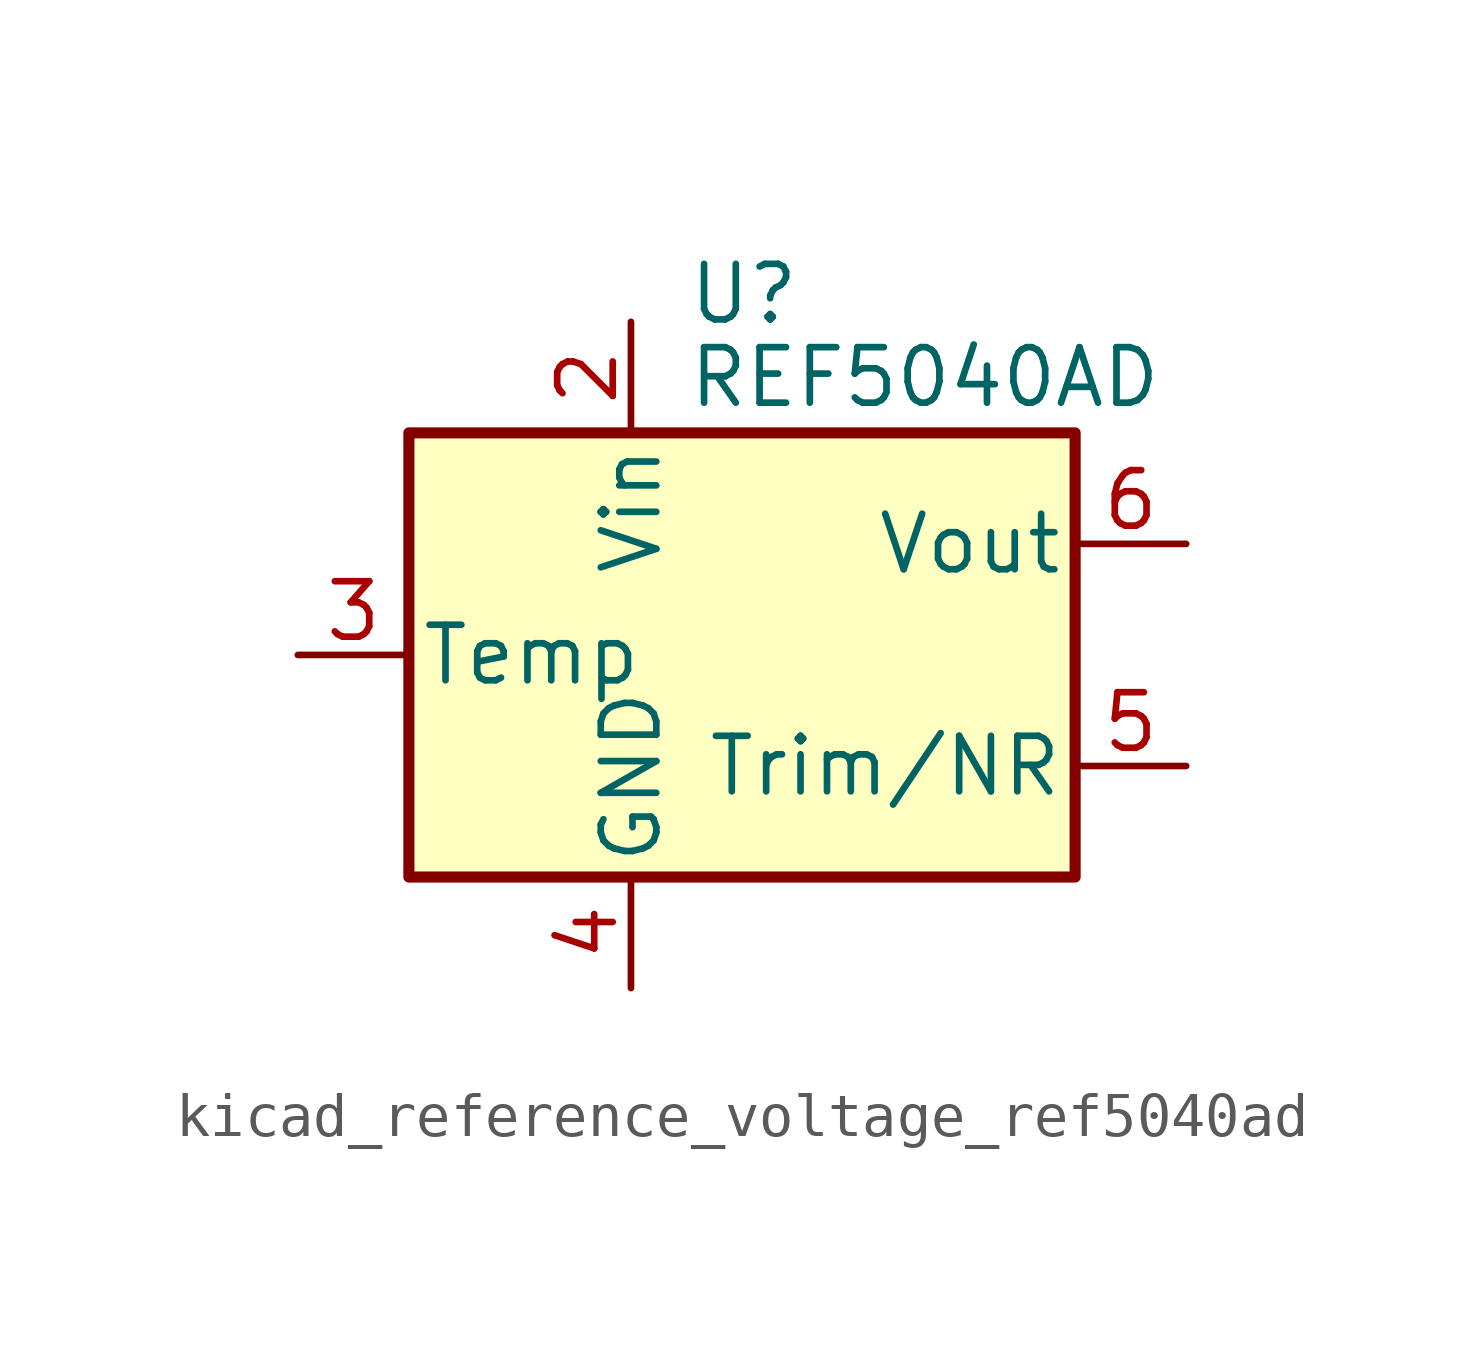
<source format=kicad_sym>
(kicad_symbol_lib
  (version 20220914)
  (generator kicad_symbol_editor)
  (symbol "kicad_reference_voltage_ref5040ad"
    (pin_names
      (offset 0.254))
    (property "Reference" "U"
      (at -1.27 8.255 0)
      (effects (font (size 1.27 1.27)) (justify left)))
    (property "Value" "REF5040AD"
      (at -1.27 6.35 0)
      (effects (font (size 1.27 1.27)) (justify left)))
    (symbol "kicad_reference_voltage_ref5040ad_0_1"
      (rectangle (start -7.62 5.08) (end 7.62 -5.08) (stroke (width 0.254) (type default)) (fill (type background))))
    (symbol "kicad_reference_voltage_ref5040ad_1_1"
      (pin no_connect line (at -7.62 2.54 0) (length 2.54) hide (name "DNC" (effects (font (size 1.27 1.27)))) (number "1" (effects (font (size 1.27 1.27)))))
      (pin power_in line (at -2.54 7.62 270) (length 2.54) (name "Vin" (effects (font (size 1.27 1.27)))) (number "2" (effects (font (size 1.27 1.27)))))
      (pin passive line (at -10.16 0 0) (length 2.54) (name "Temp" (effects (font (size 1.27 1.27)))) (number "3" (effects (font (size 1.27 1.27)))))
      (pin power_in line (at -2.54 -7.62 90) (length 2.54) (name "GND" (effects (font (size 1.27 1.27)))) (number "4" (effects (font (size 1.27 1.27)))))
      (pin passive line (at 10.16 -2.54 180) (length 2.54) (name "Trim/NR" (effects (font (size 1.27 1.27)))) (number "5" (effects (font (size 1.27 1.27)))))
      (pin power_out line (at 10.16 2.54 180) (length 2.54) (name "Vout" (effects (font (size 1.27 1.27)))) (number "6" (effects (font (size 1.27 1.27)))))
      (pin no_connect line (at -5.08 -5.08 90) (length 2.54) hide (name "NC" (effects (font (size 1.27 1.27)))) (number "7" (effects (font (size 1.27 1.27)))))
      (pin no_connect line (at 7.62 0 180) (length 2.54) hide (name "DNC" (effects (font (size 1.27 1.27)))) (number "8" (effects (font (size 1.27 1.27))))))))
</source>
